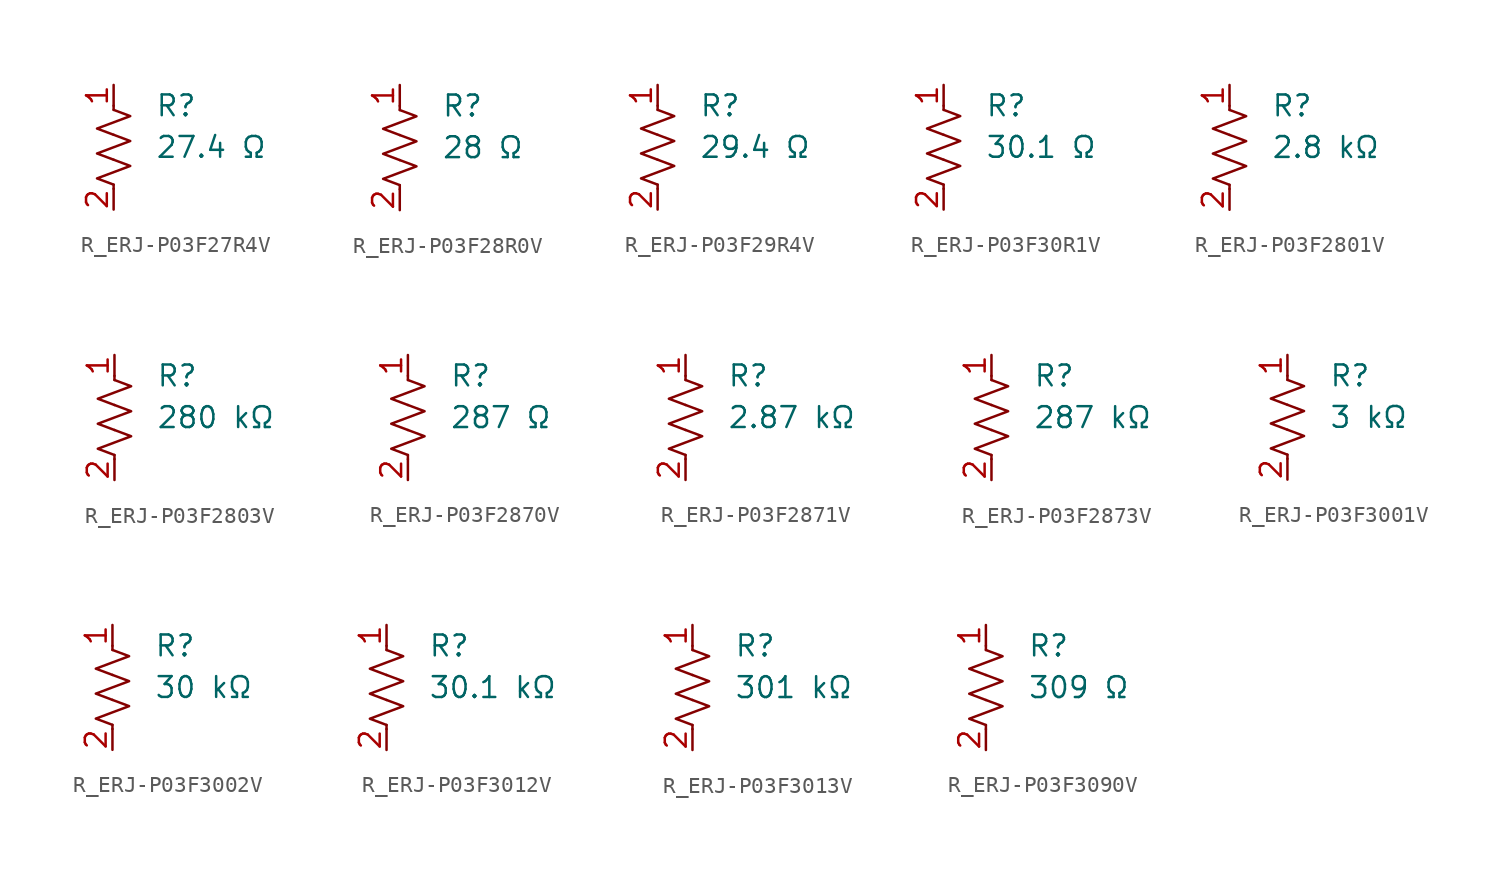
<source format=kicad_sym>
(kicad_symbol_lib
  (version 20231120)
  (generator "kicad_symbol_editor")
  (generator_version "8.0")
  (symbol "R_ERJ-P03F27R4V"
    (pin_names
      (offset 0.254))
    (property "Value" "27.4 Ω"
      (at 2.54 0 0)
      (effects (font (size 1.27 1.27)) (justify left)))
    (property "Reference" "R"
      (at 2.54 2.54 0)
      (effects (font (size 1.27 1.27)) (justify left)))
    (symbol "R_ERJ-P03F27R4V_0_1"
      (polyline (pts (xy 0 -2.286) (xy 0 -2.54)) (stroke (width 0) (type default)) (fill (type none)))
      (polyline (pts (xy 0 2.286) (xy 0 2.54)) (stroke (width 0) (type default)) (fill (type none)))
      (polyline (pts (xy 0 -0.762) (xy 1.016 -1.143) (xy 0 -1.524) (xy -1.016 -1.905) (xy 0 -2.286)) (stroke (width 0) (type default)) (fill (type none)))
      (polyline (pts (xy 0 0.762) (xy 1.016 0.381) (xy 0 0) (xy -1.016 -0.381) (xy 0 -0.762)) (stroke (width 0) (type default)) (fill (type none)))
      (polyline (pts (xy 0 2.286) (xy 1.016 1.905) (xy 0 1.524) (xy -1.016 1.143) (xy 0 0.762)) (stroke (width 0) (type default)) (fill (type none))))
    (symbol "R_ERJ-P03F27R4V_1_1"
      (pin passive line (at 0 3.81 270) (length 1.27) (name "~" (effects (font (size 1.27 1.27)))) (number "1" (effects (font (size 1.27 1.27)))))
      (pin passive line (at 0 -3.81 90) (length 1.27) (name "~" (effects (font (size 1.27 1.27)))) (number "2" (effects (font (size 1.27 1.27)))))))
  (symbol "R_ERJ-P03F28R0V"
    (pin_names
      (offset 0.254))
    (property "Value" "28 Ω"
      (at 2.54 0 0)
      (effects (font (size 1.27 1.27)) (justify left)))
    (property "Reference" "R"
      (at 2.54 2.54 0)
      (effects (font (size 1.27 1.27)) (justify left)))
    (symbol "R_ERJ-P03F28R0V_0_1"
      (polyline (pts (xy 0 -2.286) (xy 0 -2.54)) (stroke (width 0) (type default)) (fill (type none)))
      (polyline (pts (xy 0 2.286) (xy 0 2.54)) (stroke (width 0) (type default)) (fill (type none)))
      (polyline (pts (xy 0 -0.762) (xy 1.016 -1.143) (xy 0 -1.524) (xy -1.016 -1.905) (xy 0 -2.286)) (stroke (width 0) (type default)) (fill (type none)))
      (polyline (pts (xy 0 0.762) (xy 1.016 0.381) (xy 0 0) (xy -1.016 -0.381) (xy 0 -0.762)) (stroke (width 0) (type default)) (fill (type none)))
      (polyline (pts (xy 0 2.286) (xy 1.016 1.905) (xy 0 1.524) (xy -1.016 1.143) (xy 0 0.762)) (stroke (width 0) (type default)) (fill (type none))))
    (symbol "R_ERJ-P03F28R0V_1_1"
      (pin passive line (at 0 3.81 270) (length 1.27) (name "~" (effects (font (size 1.27 1.27)))) (number "1" (effects (font (size 1.27 1.27)))))
      (pin passive line (at 0 -3.81 90) (length 1.27) (name "~" (effects (font (size 1.27 1.27)))) (number "2" (effects (font (size 1.27 1.27)))))))
  (symbol "R_ERJ-P03F29R4V"
    (pin_names
      (offset 0.254))
    (property "Value" "29.4 Ω"
      (at 2.54 0 0)
      (effects (font (size 1.27 1.27)) (justify left)))
    (property "Reference" "R"
      (at 2.54 2.54 0)
      (effects (font (size 1.27 1.27)) (justify left)))
    (symbol "R_ERJ-P03F29R4V_0_1"
      (polyline (pts (xy 0 -2.286) (xy 0 -2.54)) (stroke (width 0) (type default)) (fill (type none)))
      (polyline (pts (xy 0 2.286) (xy 0 2.54)) (stroke (width 0) (type default)) (fill (type none)))
      (polyline (pts (xy 0 -0.762) (xy 1.016 -1.143) (xy 0 -1.524) (xy -1.016 -1.905) (xy 0 -2.286)) (stroke (width 0) (type default)) (fill (type none)))
      (polyline (pts (xy 0 0.762) (xy 1.016 0.381) (xy 0 0) (xy -1.016 -0.381) (xy 0 -0.762)) (stroke (width 0) (type default)) (fill (type none)))
      (polyline (pts (xy 0 2.286) (xy 1.016 1.905) (xy 0 1.524) (xy -1.016 1.143) (xy 0 0.762)) (stroke (width 0) (type default)) (fill (type none))))
    (symbol "R_ERJ-P03F29R4V_1_1"
      (pin passive line (at 0 3.81 270) (length 1.27) (name "~" (effects (font (size 1.27 1.27)))) (number "1" (effects (font (size 1.27 1.27)))))
      (pin passive line (at 0 -3.81 90) (length 1.27) (name "~" (effects (font (size 1.27 1.27)))) (number "2" (effects (font (size 1.27 1.27)))))))
  (symbol "R_ERJ-P03F30R1V"
    (pin_names
      (offset 0.254))
    (property "Value" "30.1 Ω"
      (at 2.54 0 0)
      (effects (font (size 1.27 1.27)) (justify left)))
    (property "Reference" "R"
      (at 2.54 2.54 0)
      (effects (font (size 1.27 1.27)) (justify left)))
    (symbol "R_ERJ-P03F30R1V_0_1"
      (polyline (pts (xy 0 -2.286) (xy 0 -2.54)) (stroke (width 0) (type default)) (fill (type none)))
      (polyline (pts (xy 0 2.286) (xy 0 2.54)) (stroke (width 0) (type default)) (fill (type none)))
      (polyline (pts (xy 0 -0.762) (xy 1.016 -1.143) (xy 0 -1.524) (xy -1.016 -1.905) (xy 0 -2.286)) (stroke (width 0) (type default)) (fill (type none)))
      (polyline (pts (xy 0 0.762) (xy 1.016 0.381) (xy 0 0) (xy -1.016 -0.381) (xy 0 -0.762)) (stroke (width 0) (type default)) (fill (type none)))
      (polyline (pts (xy 0 2.286) (xy 1.016 1.905) (xy 0 1.524) (xy -1.016 1.143) (xy 0 0.762)) (stroke (width 0) (type default)) (fill (type none))))
    (symbol "R_ERJ-P03F30R1V_1_1"
      (pin passive line (at 0 3.81 270) (length 1.27) (name "~" (effects (font (size 1.27 1.27)))) (number "1" (effects (font (size 1.27 1.27)))))
      (pin passive line (at 0 -3.81 90) (length 1.27) (name "~" (effects (font (size 1.27 1.27)))) (number "2" (effects (font (size 1.27 1.27)))))))
  (symbol "R_ERJ-P03F2801V"
    (pin_names
      (offset 0.254))
    (property "Value" "2.8 kΩ"
      (at 2.54 0 0)
      (effects (font (size 1.27 1.27)) (justify left)))
    (property "Reference" "R"
      (at 2.54 2.54 0)
      (effects (font (size 1.27 1.27)) (justify left)))
    (symbol "R_ERJ-P03F2801V_0_1"
      (polyline (pts (xy 0 -2.286) (xy 0 -2.54)) (stroke (width 0) (type default)) (fill (type none)))
      (polyline (pts (xy 0 2.286) (xy 0 2.54)) (stroke (width 0) (type default)) (fill (type none)))
      (polyline (pts (xy 0 -0.762) (xy 1.016 -1.143) (xy 0 -1.524) (xy -1.016 -1.905) (xy 0 -2.286)) (stroke (width 0) (type default)) (fill (type none)))
      (polyline (pts (xy 0 0.762) (xy 1.016 0.381) (xy 0 0) (xy -1.016 -0.381) (xy 0 -0.762)) (stroke (width 0) (type default)) (fill (type none)))
      (polyline (pts (xy 0 2.286) (xy 1.016 1.905) (xy 0 1.524) (xy -1.016 1.143) (xy 0 0.762)) (stroke (width 0) (type default)) (fill (type none))))
    (symbol "R_ERJ-P03F2801V_1_1"
      (pin passive line (at 0 3.81 270) (length 1.27) (name "~" (effects (font (size 1.27 1.27)))) (number "1" (effects (font (size 1.27 1.27)))))
      (pin passive line (at 0 -3.81 90) (length 1.27) (name "~" (effects (font (size 1.27 1.27)))) (number "2" (effects (font (size 1.27 1.27)))))))
  (symbol "R_ERJ-P03F2803V"
    (pin_names
      (offset 0.254))
    (property "Value" "280 kΩ"
      (at 2.54 0 0)
      (effects (font (size 1.27 1.27)) (justify left)))
    (property "Reference" "R"
      (at 2.54 2.54 0)
      (effects (font (size 1.27 1.27)) (justify left)))
    (symbol "R_ERJ-P03F2803V_0_1"
      (polyline (pts (xy 0 -2.286) (xy 0 -2.54)) (stroke (width 0) (type default)) (fill (type none)))
      (polyline (pts (xy 0 2.286) (xy 0 2.54)) (stroke (width 0) (type default)) (fill (type none)))
      (polyline (pts (xy 0 -0.762) (xy 1.016 -1.143) (xy 0 -1.524) (xy -1.016 -1.905) (xy 0 -2.286)) (stroke (width 0) (type default)) (fill (type none)))
      (polyline (pts (xy 0 0.762) (xy 1.016 0.381) (xy 0 0) (xy -1.016 -0.381) (xy 0 -0.762)) (stroke (width 0) (type default)) (fill (type none)))
      (polyline (pts (xy 0 2.286) (xy 1.016 1.905) (xy 0 1.524) (xy -1.016 1.143) (xy 0 0.762)) (stroke (width 0) (type default)) (fill (type none))))
    (symbol "R_ERJ-P03F2803V_1_1"
      (pin passive line (at 0 3.81 270) (length 1.27) (name "~" (effects (font (size 1.27 1.27)))) (number "1" (effects (font (size 1.27 1.27)))))
      (pin passive line (at 0 -3.81 90) (length 1.27) (name "~" (effects (font (size 1.27 1.27)))) (number "2" (effects (font (size 1.27 1.27)))))))
  (symbol "R_ERJ-P03F2870V"
    (pin_names
      (offset 0.254))
    (property "Value" "287 Ω"
      (at 2.54 0 0)
      (effects (font (size 1.27 1.27)) (justify left)))
    (property "Reference" "R"
      (at 2.54 2.54 0)
      (effects (font (size 1.27 1.27)) (justify left)))
    (symbol "R_ERJ-P03F2870V_0_1"
      (polyline (pts (xy 0 -2.286) (xy 0 -2.54)) (stroke (width 0) (type default)) (fill (type none)))
      (polyline (pts (xy 0 2.286) (xy 0 2.54)) (stroke (width 0) (type default)) (fill (type none)))
      (polyline (pts (xy 0 -0.762) (xy 1.016 -1.143) (xy 0 -1.524) (xy -1.016 -1.905) (xy 0 -2.286)) (stroke (width 0) (type default)) (fill (type none)))
      (polyline (pts (xy 0 0.762) (xy 1.016 0.381) (xy 0 0) (xy -1.016 -0.381) (xy 0 -0.762)) (stroke (width 0) (type default)) (fill (type none)))
      (polyline (pts (xy 0 2.286) (xy 1.016 1.905) (xy 0 1.524) (xy -1.016 1.143) (xy 0 0.762)) (stroke (width 0) (type default)) (fill (type none))))
    (symbol "R_ERJ-P03F2870V_1_1"
      (pin passive line (at 0 3.81 270) (length 1.27) (name "~" (effects (font (size 1.27 1.27)))) (number "1" (effects (font (size 1.27 1.27)))))
      (pin passive line (at 0 -3.81 90) (length 1.27) (name "~" (effects (font (size 1.27 1.27)))) (number "2" (effects (font (size 1.27 1.27)))))))
  (symbol "R_ERJ-P03F2871V"
    (pin_names
      (offset 0.254))
    (property "Value" "2.87 kΩ"
      (at 2.54 0 0)
      (effects (font (size 1.27 1.27)) (justify left)))
    (property "Reference" "R"
      (at 2.54 2.54 0)
      (effects (font (size 1.27 1.27)) (justify left)))
    (symbol "R_ERJ-P03F2871V_0_1"
      (polyline (pts (xy 0 -2.286) (xy 0 -2.54)) (stroke (width 0) (type default)) (fill (type none)))
      (polyline (pts (xy 0 2.286) (xy 0 2.54)) (stroke (width 0) (type default)) (fill (type none)))
      (polyline (pts (xy 0 -0.762) (xy 1.016 -1.143) (xy 0 -1.524) (xy -1.016 -1.905) (xy 0 -2.286)) (stroke (width 0) (type default)) (fill (type none)))
      (polyline (pts (xy 0 0.762) (xy 1.016 0.381) (xy 0 0) (xy -1.016 -0.381) (xy 0 -0.762)) (stroke (width 0) (type default)) (fill (type none)))
      (polyline (pts (xy 0 2.286) (xy 1.016 1.905) (xy 0 1.524) (xy -1.016 1.143) (xy 0 0.762)) (stroke (width 0) (type default)) (fill (type none))))
    (symbol "R_ERJ-P03F2871V_1_1"
      (pin passive line (at 0 3.81 270) (length 1.27) (name "~" (effects (font (size 1.27 1.27)))) (number "1" (effects (font (size 1.27 1.27)))))
      (pin passive line (at 0 -3.81 90) (length 1.27) (name "~" (effects (font (size 1.27 1.27)))) (number "2" (effects (font (size 1.27 1.27)))))))
  (symbol "R_ERJ-P03F2873V"
    (pin_names
      (offset 0.254))
    (property "Value" "287 kΩ"
      (at 2.54 0 0)
      (effects (font (size 1.27 1.27)) (justify left)))
    (property "Reference" "R"
      (at 2.54 2.54 0)
      (effects (font (size 1.27 1.27)) (justify left)))
    (symbol "R_ERJ-P03F2873V_0_1"
      (polyline (pts (xy 0 -2.286) (xy 0 -2.54)) (stroke (width 0) (type default)) (fill (type none)))
      (polyline (pts (xy 0 2.286) (xy 0 2.54)) (stroke (width 0) (type default)) (fill (type none)))
      (polyline (pts (xy 0 -0.762) (xy 1.016 -1.143) (xy 0 -1.524) (xy -1.016 -1.905) (xy 0 -2.286)) (stroke (width 0) (type default)) (fill (type none)))
      (polyline (pts (xy 0 0.762) (xy 1.016 0.381) (xy 0 0) (xy -1.016 -0.381) (xy 0 -0.762)) (stroke (width 0) (type default)) (fill (type none)))
      (polyline (pts (xy 0 2.286) (xy 1.016 1.905) (xy 0 1.524) (xy -1.016 1.143) (xy 0 0.762)) (stroke (width 0) (type default)) (fill (type none))))
    (symbol "R_ERJ-P03F2873V_1_1"
      (pin passive line (at 0 3.81 270) (length 1.27) (name "~" (effects (font (size 1.27 1.27)))) (number "1" (effects (font (size 1.27 1.27)))))
      (pin passive line (at 0 -3.81 90) (length 1.27) (name "~" (effects (font (size 1.27 1.27)))) (number "2" (effects (font (size 1.27 1.27)))))))
  (symbol "R_ERJ-P03F3001V"
    (pin_names
      (offset 0.254))
    (property "Value" "3 kΩ"
      (at 2.54 0 0)
      (effects (font (size 1.27 1.27)) (justify left)))
    (property "Reference" "R"
      (at 2.54 2.54 0)
      (effects (font (size 1.27 1.27)) (justify left)))
    (symbol "R_ERJ-P03F3001V_0_1"
      (polyline (pts (xy 0 -2.286) (xy 0 -2.54)) (stroke (width 0) (type default)) (fill (type none)))
      (polyline (pts (xy 0 2.286) (xy 0 2.54)) (stroke (width 0) (type default)) (fill (type none)))
      (polyline (pts (xy 0 -0.762) (xy 1.016 -1.143) (xy 0 -1.524) (xy -1.016 -1.905) (xy 0 -2.286)) (stroke (width 0) (type default)) (fill (type none)))
      (polyline (pts (xy 0 0.762) (xy 1.016 0.381) (xy 0 0) (xy -1.016 -0.381) (xy 0 -0.762)) (stroke (width 0) (type default)) (fill (type none)))
      (polyline (pts (xy 0 2.286) (xy 1.016 1.905) (xy 0 1.524) (xy -1.016 1.143) (xy 0 0.762)) (stroke (width 0) (type default)) (fill (type none))))
    (symbol "R_ERJ-P03F3001V_1_1"
      (pin passive line (at 0 3.81 270) (length 1.27) (name "~" (effects (font (size 1.27 1.27)))) (number "1" (effects (font (size 1.27 1.27)))))
      (pin passive line (at 0 -3.81 90) (length 1.27) (name "~" (effects (font (size 1.27 1.27)))) (number "2" (effects (font (size 1.27 1.27)))))))
  (symbol "R_ERJ-P03F3002V"
    (pin_names
      (offset 0.254))
    (property "Value" "30 kΩ"
      (at 2.54 0 0)
      (effects (font (size 1.27 1.27)) (justify left)))
    (property "Reference" "R"
      (at 2.54 2.54 0)
      (effects (font (size 1.27 1.27)) (justify left)))
    (symbol "R_ERJ-P03F3002V_0_1"
      (polyline (pts (xy 0 -2.286) (xy 0 -2.54)) (stroke (width 0) (type default)) (fill (type none)))
      (polyline (pts (xy 0 2.286) (xy 0 2.54)) (stroke (width 0) (type default)) (fill (type none)))
      (polyline (pts (xy 0 -0.762) (xy 1.016 -1.143) (xy 0 -1.524) (xy -1.016 -1.905) (xy 0 -2.286)) (stroke (width 0) (type default)) (fill (type none)))
      (polyline (pts (xy 0 0.762) (xy 1.016 0.381) (xy 0 0) (xy -1.016 -0.381) (xy 0 -0.762)) (stroke (width 0) (type default)) (fill (type none)))
      (polyline (pts (xy 0 2.286) (xy 1.016 1.905) (xy 0 1.524) (xy -1.016 1.143) (xy 0 0.762)) (stroke (width 0) (type default)) (fill (type none))))
    (symbol "R_ERJ-P03F3002V_1_1"
      (pin passive line (at 0 3.81 270) (length 1.27) (name "~" (effects (font (size 1.27 1.27)))) (number "1" (effects (font (size 1.27 1.27)))))
      (pin passive line (at 0 -3.81 90) (length 1.27) (name "~" (effects (font (size 1.27 1.27)))) (number "2" (effects (font (size 1.27 1.27)))))))
  (symbol "R_ERJ-P03F3012V"
    (pin_names
      (offset 0.254))
    (property "Value" "30.1 kΩ"
      (at 2.54 0 0)
      (effects (font (size 1.27 1.27)) (justify left)))
    (property "Reference" "R"
      (at 2.54 2.54 0)
      (effects (font (size 1.27 1.27)) (justify left)))
    (symbol "R_ERJ-P03F3012V_0_1"
      (polyline (pts (xy 0 -2.286) (xy 0 -2.54)) (stroke (width 0) (type default)) (fill (type none)))
      (polyline (pts (xy 0 2.286) (xy 0 2.54)) (stroke (width 0) (type default)) (fill (type none)))
      (polyline (pts (xy 0 -0.762) (xy 1.016 -1.143) (xy 0 -1.524) (xy -1.016 -1.905) (xy 0 -2.286)) (stroke (width 0) (type default)) (fill (type none)))
      (polyline (pts (xy 0 0.762) (xy 1.016 0.381) (xy 0 0) (xy -1.016 -0.381) (xy 0 -0.762)) (stroke (width 0) (type default)) (fill (type none)))
      (polyline (pts (xy 0 2.286) (xy 1.016 1.905) (xy 0 1.524) (xy -1.016 1.143) (xy 0 0.762)) (stroke (width 0) (type default)) (fill (type none))))
    (symbol "R_ERJ-P03F3012V_1_1"
      (pin passive line (at 0 3.81 270) (length 1.27) (name "~" (effects (font (size 1.27 1.27)))) (number "1" (effects (font (size 1.27 1.27)))))
      (pin passive line (at 0 -3.81 90) (length 1.27) (name "~" (effects (font (size 1.27 1.27)))) (number "2" (effects (font (size 1.27 1.27)))))))
  (symbol "R_ERJ-P03F3013V"
    (pin_names
      (offset 0.254))
    (property "Value" "301 kΩ"
      (at 2.54 0 0)
      (effects (font (size 1.27 1.27)) (justify left)))
    (property "Reference" "R"
      (at 2.54 2.54 0)
      (effects (font (size 1.27 1.27)) (justify left)))
    (symbol "R_ERJ-P03F3013V_0_1"
      (polyline (pts (xy 0 -2.286) (xy 0 -2.54)) (stroke (width 0) (type default)) (fill (type none)))
      (polyline (pts (xy 0 2.286) (xy 0 2.54)) (stroke (width 0) (type default)) (fill (type none)))
      (polyline (pts (xy 0 -0.762) (xy 1.016 -1.143) (xy 0 -1.524) (xy -1.016 -1.905) (xy 0 -2.286)) (stroke (width 0) (type default)) (fill (type none)))
      (polyline (pts (xy 0 0.762) (xy 1.016 0.381) (xy 0 0) (xy -1.016 -0.381) (xy 0 -0.762)) (stroke (width 0) (type default)) (fill (type none)))
      (polyline (pts (xy 0 2.286) (xy 1.016 1.905) (xy 0 1.524) (xy -1.016 1.143) (xy 0 0.762)) (stroke (width 0) (type default)) (fill (type none))))
    (symbol "R_ERJ-P03F3013V_1_1"
      (pin passive line (at 0 3.81 270) (length 1.27) (name "~" (effects (font (size 1.27 1.27)))) (number "1" (effects (font (size 1.27 1.27)))))
      (pin passive line (at 0 -3.81 90) (length 1.27) (name "~" (effects (font (size 1.27 1.27)))) (number "2" (effects (font (size 1.27 1.27)))))))
  (symbol "R_ERJ-P03F3090V"
    (pin_names
      (offset 0.254))
    (property "Value" "309 Ω"
      (at 2.54 0 0)
      (effects (font (size 1.27 1.27)) (justify left)))
    (property "Reference" "R"
      (at 2.54 2.54 0)
      (effects (font (size 1.27 1.27)) (justify left)))
    (symbol "R_ERJ-P03F3090V_0_1"
      (polyline (pts (xy 0 -2.286) (xy 0 -2.54)) (stroke (width 0) (type default)) (fill (type none)))
      (polyline (pts (xy 0 2.286) (xy 0 2.54)) (stroke (width 0) (type default)) (fill (type none)))
      (polyline (pts (xy 0 -0.762) (xy 1.016 -1.143) (xy 0 -1.524) (xy -1.016 -1.905) (xy 0 -2.286)) (stroke (width 0) (type default)) (fill (type none)))
      (polyline (pts (xy 0 0.762) (xy 1.016 0.381) (xy 0 0) (xy -1.016 -0.381) (xy 0 -0.762)) (stroke (width 0) (type default)) (fill (type none)))
      (polyline (pts (xy 0 2.286) (xy 1.016 1.905) (xy 0 1.524) (xy -1.016 1.143) (xy 0 0.762)) (stroke (width 0) (type default)) (fill (type none))))
    (symbol "R_ERJ-P03F3090V_1_1"
      (pin passive line (at 0 3.81 270) (length 1.27) (name "~" (effects (font (size 1.27 1.27)))) (number "1" (effects (font (size 1.27 1.27)))))
      (pin passive line (at 0 -3.81 90) (length 1.27) (name "~" (effects (font (size 1.27 1.27)))) (number "2" (effects (font (size 1.27 1.27))))))))
</source>
